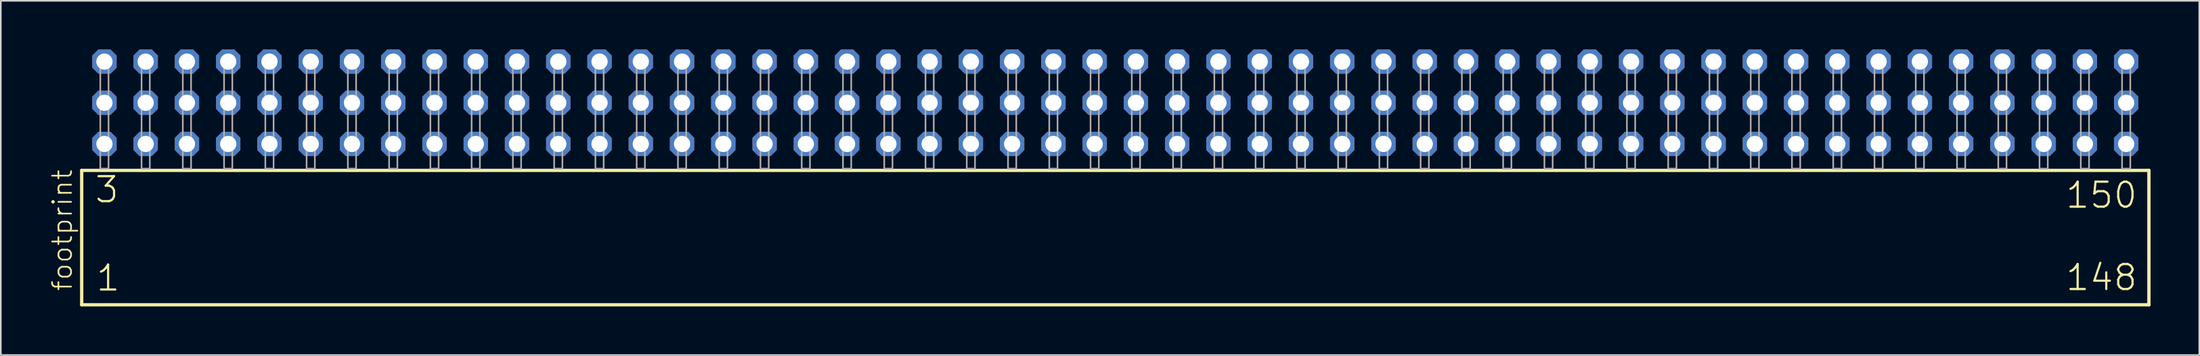
<source format=kicad_pcb>
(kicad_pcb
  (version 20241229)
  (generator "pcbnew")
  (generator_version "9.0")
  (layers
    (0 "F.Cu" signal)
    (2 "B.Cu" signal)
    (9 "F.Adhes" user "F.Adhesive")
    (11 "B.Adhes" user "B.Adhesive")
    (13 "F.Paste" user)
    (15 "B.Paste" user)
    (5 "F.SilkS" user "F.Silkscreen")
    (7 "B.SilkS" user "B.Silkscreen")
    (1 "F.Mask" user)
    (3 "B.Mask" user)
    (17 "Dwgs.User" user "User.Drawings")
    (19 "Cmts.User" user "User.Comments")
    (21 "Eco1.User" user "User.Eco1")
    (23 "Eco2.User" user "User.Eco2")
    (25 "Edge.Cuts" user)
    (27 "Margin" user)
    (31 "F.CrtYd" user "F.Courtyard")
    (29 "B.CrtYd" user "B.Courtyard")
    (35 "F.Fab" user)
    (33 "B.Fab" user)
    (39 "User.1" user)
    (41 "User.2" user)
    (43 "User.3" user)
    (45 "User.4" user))
  (footprint "footprint"
    (layer "F.Cu")
    (at 65.608 7.354)
    (property "Reference" "footprint" (at -64.135 7.62 90) (layer "F.SilkS") (effects (font (size 1.168 1.168) (thickness 0.102)) (justify left bottom)))
    (fp_line (start -63.629 0.106) (end -63.629 8.396) (stroke (width 0.203) (type solid)) (layer "F.SilkS"))
    (fp_line (start -63.629 8.396) (end 63.629 8.396) (stroke (width 0.203) (type solid)) (layer "F.SilkS"))
    (fp_line (start 63.629 0.106) (end -63.629 0.106) (stroke (width 0.203) (type solid)) (layer "F.SilkS"))
    (fp_line (start 63.629 8.396) (end 63.629 0.106) (stroke (width 0.203) (type solid)) (layer "F.SilkS"))
    (fp_poly (pts (xy -62.484 0) (xy -61.976 0) (xy -61.976 -6.858) (xy -62.484 -6.858)) (stroke (width 0.1) (type solid)) (fill no) (layer "F.Fab"))
    (fp_poly (pts (xy -59.944 0) (xy -59.436 0) (xy -59.436 -6.858) (xy -59.944 -6.858)) (stroke (width 0.1) (type solid)) (fill no) (layer "F.Fab"))
    (fp_poly (pts (xy -57.404 0) (xy -56.896 0) (xy -56.896 -6.858) (xy -57.404 -6.858)) (stroke (width 0.1) (type solid)) (fill no) (layer "F.Fab"))
    (fp_poly (pts (xy -54.864 0) (xy -54.356 0) (xy -54.356 -6.858) (xy -54.864 -6.858)) (stroke (width 0.1) (type solid)) (fill no) (layer "F.Fab"))
    (fp_poly (pts (xy -52.324 0) (xy -51.816 0) (xy -51.816 -6.858) (xy -52.324 -6.858)) (stroke (width 0.1) (type solid)) (fill no) (layer "F.Fab"))
    (fp_poly (pts (xy -49.784 0) (xy -49.276 0) (xy -49.276 -6.858) (xy -49.784 -6.858)) (stroke (width 0.1) (type solid)) (fill no) (layer "F.Fab"))
    (fp_poly (pts (xy -47.244 0) (xy -46.736 0) (xy -46.736 -6.858) (xy -47.244 -6.858)) (stroke (width 0.1) (type solid)) (fill no) (layer "F.Fab"))
    (fp_poly (pts (xy -44.704 0) (xy -44.196 0) (xy -44.196 -6.858) (xy -44.704 -6.858)) (stroke (width 0.1) (type solid)) (fill no) (layer "F.Fab"))
    (fp_poly (pts (xy -42.164 0) (xy -41.656 0) (xy -41.656 -6.858) (xy -42.164 -6.858)) (stroke (width 0.1) (type solid)) (fill no) (layer "F.Fab"))
    (fp_poly (pts (xy -39.624 0) (xy -39.116 0) (xy -39.116 -6.858) (xy -39.624 -6.858)) (stroke (width 0.1) (type solid)) (fill no) (layer "F.Fab"))
    (fp_poly (pts (xy -37.084 0) (xy -36.576 0) (xy -36.576 -6.858) (xy -37.084 -6.858)) (stroke (width 0.1) (type solid)) (fill no) (layer "F.Fab"))
    (fp_poly (pts (xy -34.544 0) (xy -34.036 0) (xy -34.036 -6.858) (xy -34.544 -6.858)) (stroke (width 0.1) (type solid)) (fill no) (layer "F.Fab"))
    (fp_poly (pts (xy -32.004 0) (xy -31.496 0) (xy -31.496 -6.858) (xy -32.004 -6.858)) (stroke (width 0.1) (type solid)) (fill no) (layer "F.Fab"))
    (fp_poly (pts (xy -29.464 0) (xy -28.956 0) (xy -28.956 -6.858) (xy -29.464 -6.858)) (stroke (width 0.1) (type solid)) (fill no) (layer "F.Fab"))
    (fp_poly (pts (xy -26.924 0) (xy -26.416 0) (xy -26.416 -6.858) (xy -26.924 -6.858)) (stroke (width 0.1) (type solid)) (fill no) (layer "F.Fab"))
    (fp_poly (pts (xy -24.384 0) (xy -23.876 0) (xy -23.876 -6.858) (xy -24.384 -6.858)) (stroke (width 0.1) (type solid)) (fill no) (layer "F.Fab"))
    (fp_poly (pts (xy -21.844 0) (xy -21.336 0) (xy -21.336 -6.858) (xy -21.844 -6.858)) (stroke (width 0.1) (type solid)) (fill no) (layer "F.Fab"))
    (fp_poly (pts (xy -19.304 0) (xy -18.796 0) (xy -18.796 -6.858) (xy -19.304 -6.858)) (stroke (width 0.1) (type solid)) (fill no) (layer "F.Fab"))
    (fp_poly (pts (xy -16.764 0) (xy -16.256 0) (xy -16.256 -6.858) (xy -16.764 -6.858)) (stroke (width 0.1) (type solid)) (fill no) (layer "F.Fab"))
    (fp_poly (pts (xy -14.224 0) (xy -13.716 0) (xy -13.716 -6.858) (xy -14.224 -6.858)) (stroke (width 0.1) (type solid)) (fill no) (layer "F.Fab"))
    (fp_poly (pts (xy -11.684 0) (xy -11.176 0) (xy -11.176 -6.858) (xy -11.684 -6.858)) (stroke (width 0.1) (type solid)) (fill no) (layer "F.Fab"))
    (fp_poly (pts (xy -9.144 0) (xy -8.636 0) (xy -8.636 -6.858) (xy -9.144 -6.858)) (stroke (width 0.1) (type solid)) (fill no) (layer "F.Fab"))
    (fp_poly (pts (xy -6.604 0) (xy -6.096 0) (xy -6.096 -6.858) (xy -6.604 -6.858)) (stroke (width 0.1) (type solid)) (fill no) (layer "F.Fab"))
    (fp_poly (pts (xy -4.064 0) (xy -3.556 0) (xy -3.556 -6.858) (xy -4.064 -6.858)) (stroke (width 0.1) (type solid)) (fill no) (layer "F.Fab"))
    (fp_poly (pts (xy -1.524 0) (xy -1.016 0) (xy -1.016 -6.858) (xy -1.524 -6.858)) (stroke (width 0.1) (type solid)) (fill no) (layer "F.Fab"))
    (fp_poly (pts (xy 1.016 0) (xy 1.524 0) (xy 1.524 -6.858) (xy 1.016 -6.858)) (stroke (width 0.1) (type solid)) (fill no) (layer "F.Fab"))
    (fp_poly (pts (xy 3.556 0) (xy 4.064 0) (xy 4.064 -6.858) (xy 3.556 -6.858)) (stroke (width 0.1) (type solid)) (fill no) (layer "F.Fab"))
    (fp_poly (pts (xy 6.096 0) (xy 6.604 0) (xy 6.604 -6.858) (xy 6.096 -6.858)) (stroke (width 0.1) (type solid)) (fill no) (layer "F.Fab"))
    (fp_poly (pts (xy 8.636 0) (xy 9.144 0) (xy 9.144 -6.858) (xy 8.636 -6.858)) (stroke (width 0.1) (type solid)) (fill no) (layer "F.Fab"))
    (fp_poly (pts (xy 11.176 0) (xy 11.684 0) (xy 11.684 -6.858) (xy 11.176 -6.858)) (stroke (width 0.1) (type solid)) (fill no) (layer "F.Fab"))
    (fp_poly (pts (xy 13.716 0) (xy 14.224 0) (xy 14.224 -6.858) (xy 13.716 -6.858)) (stroke (width 0.1) (type solid)) (fill no) (layer "F.Fab"))
    (fp_poly (pts (xy 16.256 0) (xy 16.764 0) (xy 16.764 -6.858) (xy 16.256 -6.858)) (stroke (width 0.1) (type solid)) (fill no) (layer "F.Fab"))
    (fp_poly (pts (xy 18.796 0) (xy 19.304 0) (xy 19.304 -6.858) (xy 18.796 -6.858)) (stroke (width 0.1) (type solid)) (fill no) (layer "F.Fab"))
    (fp_poly (pts (xy 21.336 0) (xy 21.844 0) (xy 21.844 -6.858) (xy 21.336 -6.858)) (stroke (width 0.1) (type solid)) (fill no) (layer "F.Fab"))
    (fp_poly (pts (xy 23.876 0) (xy 24.384 0) (xy 24.384 -6.858) (xy 23.876 -6.858)) (stroke (width 0.1) (type solid)) (fill no) (layer "F.Fab"))
    (fp_poly (pts (xy 26.416 0) (xy 26.924 0) (xy 26.924 -6.858) (xy 26.416 -6.858)) (stroke (width 0.1) (type solid)) (fill no) (layer "F.Fab"))
    (fp_poly (pts (xy 28.956 0) (xy 29.464 0) (xy 29.464 -6.858) (xy 28.956 -6.858)) (stroke (width 0.1) (type solid)) (fill no) (layer "F.Fab"))
    (fp_poly (pts (xy 31.496 0) (xy 32.004 0) (xy 32.004 -6.858) (xy 31.496 -6.858)) (stroke (width 0.1) (type solid)) (fill no) (layer "F.Fab"))
    (fp_poly (pts (xy 34.036 0) (xy 34.544 0) (xy 34.544 -6.858) (xy 34.036 -6.858)) (stroke (width 0.1) (type solid)) (fill no) (layer "F.Fab"))
    (fp_poly (pts (xy 36.576 0) (xy 37.084 0) (xy 37.084 -6.858) (xy 36.576 -6.858)) (stroke (width 0.1) (type solid)) (fill no) (layer "F.Fab"))
    (fp_poly (pts (xy 39.116 0) (xy 39.624 0) (xy 39.624 -6.858) (xy 39.116 -6.858)) (stroke (width 0.1) (type solid)) (fill no) (layer "F.Fab"))
    (fp_poly (pts (xy 41.656 0) (xy 42.164 0) (xy 42.164 -6.858) (xy 41.656 -6.858)) (stroke (width 0.1) (type solid)) (fill no) (layer "F.Fab"))
    (fp_poly (pts (xy 44.196 0) (xy 44.704 0) (xy 44.704 -6.858) (xy 44.196 -6.858)) (stroke (width 0.1) (type solid)) (fill no) (layer "F.Fab"))
    (fp_poly (pts (xy 46.736 0) (xy 47.244 0) (xy 47.244 -6.858) (xy 46.736 -6.858)) (stroke (width 0.1) (type solid)) (fill no) (layer "F.Fab"))
    (fp_poly (pts (xy 49.276 0) (xy 49.784 0) (xy 49.784 -6.858) (xy 49.276 -6.858)) (stroke (width 0.1) (type solid)) (fill no) (layer "F.Fab"))
    (fp_poly (pts (xy 51.816 0) (xy 52.324 0) (xy 52.324 -6.858) (xy 51.816 -6.858)) (stroke (width 0.1) (type solid)) (fill no) (layer "F.Fab"))
    (fp_poly (pts (xy 54.356 0) (xy 54.864 0) (xy 54.864 -6.858) (xy 54.356 -6.858)) (stroke (width 0.1) (type solid)) (fill no) (layer "F.Fab"))
    (fp_poly (pts (xy 56.896 0) (xy 57.404 0) (xy 57.404 -6.858) (xy 56.896 -6.858)) (stroke (width 0.1) (type solid)) (fill no) (layer "F.Fab"))
    (fp_poly (pts (xy 59.436 0) (xy 59.944 0) (xy 59.944 -6.858) (xy 59.436 -6.858)) (stroke (width 0.1) (type solid)) (fill no) (layer "F.Fab"))
    (fp_poly (pts (xy 61.976 0) (xy 62.484 0) (xy 62.484 -6.858) (xy 61.976 -6.858)) (stroke (width 0.1) (type solid)) (fill no) (layer "F.Fab"))
    (fp_text user "150" (at 58.42 2.54 0) (layer "F.SilkS") (effects (font (size 1.542 1.542) (thickness 0.134)) (justify left bottom)))
    (fp_text user "148" (at 58.42 7.62 0) (layer "F.SilkS") (effects (font (size 1.542 1.542) (thickness 0.134)) (justify left bottom)))
    (fp_text user "1" (at -62.825 7.65 0) (layer "F.SilkS") (effects (font (size 1.542 1.542) (thickness 0.134)) (justify left bottom)))
    (fp_text user "3" (at -62.9 2.2 0) (layer "F.SilkS") (effects (font (size 1.542 1.542) (thickness 0.134)) (justify left bottom)))
    (pad "1" thru_hole roundrect (at -62.23 -1.524) (size 1.5 1.5) (drill 1) (layers "*.Cu" "*.Mask") (roundrect_rratio 0.25) (chamfer_ratio 0.25) (chamfer top_left top_right bottom_left bottom_right))
    (pad "2" thru_hole roundrect (at -62.23 -4.064) (size 1.5 1.5) (drill 1) (layers "*.Cu" "*.Mask") (roundrect_rratio 0.25) (chamfer_ratio 0.25) (chamfer top_left top_right bottom_left bottom_right))
    (pad "3" thru_hole roundrect (at -62.23 -6.604) (size 1.5 1.5) (drill 1) (layers "*.Cu" "*.Mask") (roundrect_rratio 0.25) (chamfer_ratio 0.25) (chamfer top_left top_right bottom_left bottom_right))
    (pad "4" thru_hole roundrect (at -59.69 -1.524) (size 1.5 1.5) (drill 1) (layers "*.Cu" "*.Mask") (roundrect_rratio 0.25) (chamfer_ratio 0.25) (chamfer top_left top_right bottom_left bottom_right))
    (pad "5" thru_hole roundrect (at -59.69 -4.064) (size 1.5 1.5) (drill 1) (layers "*.Cu" "*.Mask") (roundrect_rratio 0.25) (chamfer_ratio 0.25) (chamfer top_left top_right bottom_left bottom_right))
    (pad "6" thru_hole roundrect (at -59.69 -6.604) (size 1.5 1.5) (drill 1) (layers "*.Cu" "*.Mask") (roundrect_rratio 0.25) (chamfer_ratio 0.25) (chamfer top_left top_right bottom_left bottom_right))
    (pad "7" thru_hole roundrect (at -57.15 -1.524) (size 1.5 1.5) (drill 1) (layers "*.Cu" "*.Mask") (roundrect_rratio 0.25) (chamfer_ratio 0.25) (chamfer top_left top_right bottom_left bottom_right))
    (pad "8" thru_hole roundrect (at -57.15 -4.064) (size 1.5 1.5) (drill 1) (layers "*.Cu" "*.Mask") (roundrect_rratio 0.25) (chamfer_ratio 0.25) (chamfer top_left top_right bottom_left bottom_right))
    (pad "9" thru_hole roundrect (at -57.15 -6.604) (size 1.5 1.5) (drill 1) (layers "*.Cu" "*.Mask") (roundrect_rratio 0.25) (chamfer_ratio 0.25) (chamfer top_left top_right bottom_left bottom_right))
    (pad "10" thru_hole roundrect (at -54.61 -1.524) (size 1.5 1.5) (drill 1) (layers "*.Cu" "*.Mask") (roundrect_rratio 0.25) (chamfer_ratio 0.25) (chamfer top_left top_right bottom_left bottom_right))
    (pad "11" thru_hole roundrect (at -54.61 -4.064) (size 1.5 1.5) (drill 1) (layers "*.Cu" "*.Mask") (roundrect_rratio 0.25) (chamfer_ratio 0.25) (chamfer top_left top_right bottom_left bottom_right))
    (pad "12" thru_hole roundrect (at -54.61 -6.604) (size 1.5 1.5) (drill 1) (layers "*.Cu" "*.Mask") (roundrect_rratio 0.25) (chamfer_ratio 0.25) (chamfer top_left top_right bottom_left bottom_right))
    (pad "13" thru_hole roundrect (at -52.07 -1.524) (size 1.5 1.5) (drill 1) (layers "*.Cu" "*.Mask") (roundrect_rratio 0.25) (chamfer_ratio 0.25) (chamfer top_left top_right bottom_left bottom_right))
    (pad "14" thru_hole roundrect (at -52.07 -4.064) (size 1.5 1.5) (drill 1) (layers "*.Cu" "*.Mask") (roundrect_rratio 0.25) (chamfer_ratio 0.25) (chamfer top_left top_right bottom_left bottom_right))
    (pad "15" thru_hole roundrect (at -52.07 -6.604) (size 1.5 1.5) (drill 1) (layers "*.Cu" "*.Mask") (roundrect_rratio 0.25) (chamfer_ratio 0.25) (chamfer top_left top_right bottom_left bottom_right))
    (pad "16" thru_hole roundrect (at -49.53 -1.524) (size 1.5 1.5) (drill 1) (layers "*.Cu" "*.Mask") (roundrect_rratio 0.25) (chamfer_ratio 0.25) (chamfer top_left top_right bottom_left bottom_right))
    (pad "17" thru_hole roundrect (at -49.53 -4.064) (size 1.5 1.5) (drill 1) (layers "*.Cu" "*.Mask") (roundrect_rratio 0.25) (chamfer_ratio 0.25) (chamfer top_left top_right bottom_left bottom_right))
    (pad "18" thru_hole roundrect (at -49.53 -6.604) (size 1.5 1.5) (drill 1) (layers "*.Cu" "*.Mask") (roundrect_rratio 0.25) (chamfer_ratio 0.25) (chamfer top_left top_right bottom_left bottom_right))
    (pad "19" thru_hole roundrect (at -46.99 -1.524) (size 1.5 1.5) (drill 1) (layers "*.Cu" "*.Mask") (roundrect_rratio 0.25) (chamfer_ratio 0.25) (chamfer top_left top_right bottom_left bottom_right))
    (pad "20" thru_hole roundrect (at -46.99 -4.064) (size 1.5 1.5) (drill 1) (layers "*.Cu" "*.Mask") (roundrect_rratio 0.25) (chamfer_ratio 0.25) (chamfer top_left top_right bottom_left bottom_right))
    (pad "21" thru_hole roundrect (at -46.99 -6.604) (size 1.5 1.5) (drill 1) (layers "*.Cu" "*.Mask") (roundrect_rratio 0.25) (chamfer_ratio 0.25) (chamfer top_left top_right bottom_left bottom_right))
    (pad "22" thru_hole roundrect (at -44.45 -1.524) (size 1.5 1.5) (drill 1) (layers "*.Cu" "*.Mask") (roundrect_rratio 0.25) (chamfer_ratio 0.25) (chamfer top_left top_right bottom_left bottom_right))
    (pad "23" thru_hole roundrect (at -44.45 -4.064) (size 1.5 1.5) (drill 1) (layers "*.Cu" "*.Mask") (roundrect_rratio 0.25) (chamfer_ratio 0.25) (chamfer top_left top_right bottom_left bottom_right))
    (pad "24" thru_hole roundrect (at -44.45 -6.604) (size 1.5 1.5) (drill 1) (layers "*.Cu" "*.Mask") (roundrect_rratio 0.25) (chamfer_ratio 0.25) (chamfer top_left top_right bottom_left bottom_right))
    (pad "25" thru_hole roundrect (at -41.91 -1.524) (size 1.5 1.5) (drill 1) (layers "*.Cu" "*.Mask") (roundrect_rratio 0.25) (chamfer_ratio 0.25) (chamfer top_left top_right bottom_left bottom_right))
    (pad "26" thru_hole roundrect (at -41.91 -4.064) (size 1.5 1.5) (drill 1) (layers "*.Cu" "*.Mask") (roundrect_rratio 0.25) (chamfer_ratio 0.25) (chamfer top_left top_right bottom_left bottom_right))
    (pad "27" thru_hole roundrect (at -41.91 -6.604) (size 1.5 1.5) (drill 1) (layers "*.Cu" "*.Mask") (roundrect_rratio 0.25) (chamfer_ratio 0.25) (chamfer top_left top_right bottom_left bottom_right))
    (pad "28" thru_hole roundrect (at -39.37 -1.524) (size 1.5 1.5) (drill 1) (layers "*.Cu" "*.Mask") (roundrect_rratio 0.25) (chamfer_ratio 0.25) (chamfer top_left top_right bottom_left bottom_right))
    (pad "29" thru_hole roundrect (at -39.37 -4.064) (size 1.5 1.5) (drill 1) (layers "*.Cu" "*.Mask") (roundrect_rratio 0.25) (chamfer_ratio 0.25) (chamfer top_left top_right bottom_left bottom_right))
    (pad "30" thru_hole roundrect (at -39.37 -6.604) (size 1.5 1.5) (drill 1) (layers "*.Cu" "*.Mask") (roundrect_rratio 0.25) (chamfer_ratio 0.25) (chamfer top_left top_right bottom_left bottom_right))
    (pad "31" thru_hole roundrect (at -36.83 -1.524) (size 1.5 1.5) (drill 1) (layers "*.Cu" "*.Mask") (roundrect_rratio 0.25) (chamfer_ratio 0.25) (chamfer top_left top_right bottom_left bottom_right))
    (pad "32" thru_hole roundrect (at -36.83 -4.064) (size 1.5 1.5) (drill 1) (layers "*.Cu" "*.Mask") (roundrect_rratio 0.25) (chamfer_ratio 0.25) (chamfer top_left top_right bottom_left bottom_right))
    (pad "33" thru_hole roundrect (at -36.83 -6.604) (size 1.5 1.5) (drill 1) (layers "*.Cu" "*.Mask") (roundrect_rratio 0.25) (chamfer_ratio 0.25) (chamfer top_left top_right bottom_left bottom_right))
    (pad "34" thru_hole roundrect (at -34.29 -1.524) (size 1.5 1.5) (drill 1) (layers "*.Cu" "*.Mask") (roundrect_rratio 0.25) (chamfer_ratio 0.25) (chamfer top_left top_right bottom_left bottom_right))
    (pad "35" thru_hole roundrect (at -34.29 -4.064) (size 1.5 1.5) (drill 1) (layers "*.Cu" "*.Mask") (roundrect_rratio 0.25) (chamfer_ratio 0.25) (chamfer top_left top_right bottom_left bottom_right))
    (pad "36" thru_hole roundrect (at -34.29 -6.604) (size 1.5 1.5) (drill 1) (layers "*.Cu" "*.Mask") (roundrect_rratio 0.25) (chamfer_ratio 0.25) (chamfer top_left top_right bottom_left bottom_right))
    (pad "37" thru_hole roundrect (at -31.75 -1.524) (size 1.5 1.5) (drill 1) (layers "*.Cu" "*.Mask") (roundrect_rratio 0.25) (chamfer_ratio 0.25) (chamfer top_left top_right bottom_left bottom_right))
    (pad "38" thru_hole roundrect (at -31.75 -4.064) (size 1.5 1.5) (drill 1) (layers "*.Cu" "*.Mask") (roundrect_rratio 0.25) (chamfer_ratio 0.25) (chamfer top_left top_right bottom_left bottom_right))
    (pad "39" thru_hole roundrect (at -31.75 -6.604) (size 1.5 1.5) (drill 1) (layers "*.Cu" "*.Mask") (roundrect_rratio 0.25) (chamfer_ratio 0.25) (chamfer top_left top_right bottom_left bottom_right))
    (pad "40" thru_hole roundrect (at -29.21 -1.524) (size 1.5 1.5) (drill 1) (layers "*.Cu" "*.Mask") (roundrect_rratio 0.25) (chamfer_ratio 0.25) (chamfer top_left top_right bottom_left bottom_right))
    (pad "41" thru_hole roundrect (at -29.21 -4.064) (size 1.5 1.5) (drill 1) (layers "*.Cu" "*.Mask") (roundrect_rratio 0.25) (chamfer_ratio 0.25) (chamfer top_left top_right bottom_left bottom_right))
    (pad "42" thru_hole roundrect (at -29.21 -6.604) (size 1.5 1.5) (drill 1) (layers "*.Cu" "*.Mask") (roundrect_rratio 0.25) (chamfer_ratio 0.25) (chamfer top_left top_right bottom_left bottom_right))
    (pad "43" thru_hole roundrect (at -26.67 -1.524) (size 1.5 1.5) (drill 1) (layers "*.Cu" "*.Mask") (roundrect_rratio 0.25) (chamfer_ratio 0.25) (chamfer top_left top_right bottom_left bottom_right))
    (pad "44" thru_hole roundrect (at -26.67 -4.064) (size 1.5 1.5) (drill 1) (layers "*.Cu" "*.Mask") (roundrect_rratio 0.25) (chamfer_ratio 0.25) (chamfer top_left top_right bottom_left bottom_right))
    (pad "45" thru_hole roundrect (at -26.67 -6.604) (size 1.5 1.5) (drill 1) (layers "*.Cu" "*.Mask") (roundrect_rratio 0.25) (chamfer_ratio 0.25) (chamfer top_left top_right bottom_left bottom_right))
    (pad "46" thru_hole roundrect (at -24.13 -1.524) (size 1.5 1.5) (drill 1) (layers "*.Cu" "*.Mask") (roundrect_rratio 0.25) (chamfer_ratio 0.25) (chamfer top_left top_right bottom_left bottom_right))
    (pad "47" thru_hole roundrect (at -24.13 -4.064) (size 1.5 1.5) (drill 1) (layers "*.Cu" "*.Mask") (roundrect_rratio 0.25) (chamfer_ratio 0.25) (chamfer top_left top_right bottom_left bottom_right))
    (pad "48" thru_hole roundrect (at -24.13 -6.604) (size 1.5 1.5) (drill 1) (layers "*.Cu" "*.Mask") (roundrect_rratio 0.25) (chamfer_ratio 0.25) (chamfer top_left top_right bottom_left bottom_right))
    (pad "49" thru_hole roundrect (at -21.59 -1.524) (size 1.5 1.5) (drill 1) (layers "*.Cu" "*.Mask") (roundrect_rratio 0.25) (chamfer_ratio 0.25) (chamfer top_left top_right bottom_left bottom_right))
    (pad "50" thru_hole roundrect (at -21.59 -4.064) (size 1.5 1.5) (drill 1) (layers "*.Cu" "*.Mask") (roundrect_rratio 0.25) (chamfer_ratio 0.25) (chamfer top_left top_right bottom_left bottom_right))
    (pad "51" thru_hole roundrect (at -21.59 -6.604) (size 1.5 1.5) (drill 1) (layers "*.Cu" "*.Mask") (roundrect_rratio 0.25) (chamfer_ratio 0.25) (chamfer top_left top_right bottom_left bottom_right))
    (pad "52" thru_hole roundrect (at -19.05 -1.524) (size 1.5 1.5) (drill 1) (layers "*.Cu" "*.Mask") (roundrect_rratio 0.25) (chamfer_ratio 0.25) (chamfer top_left top_right bottom_left bottom_right))
    (pad "53" thru_hole roundrect (at -19.05 -4.064) (size 1.5 1.5) (drill 1) (layers "*.Cu" "*.Mask") (roundrect_rratio 0.25) (chamfer_ratio 0.25) (chamfer top_left top_right bottom_left bottom_right))
    (pad "54" thru_hole roundrect (at -19.05 -6.604) (size 1.5 1.5) (drill 1) (layers "*.Cu" "*.Mask") (roundrect_rratio 0.25) (chamfer_ratio 0.25) (chamfer top_left top_right bottom_left bottom_right))
    (pad "55" thru_hole roundrect (at -16.51 -1.524) (size 1.5 1.5) (drill 1) (layers "*.Cu" "*.Mask") (roundrect_rratio 0.25) (chamfer_ratio 0.25) (chamfer top_left top_right bottom_left bottom_right))
    (pad "56" thru_hole roundrect (at -16.51 -4.064) (size 1.5 1.5) (drill 1) (layers "*.Cu" "*.Mask") (roundrect_rratio 0.25) (chamfer_ratio 0.25) (chamfer top_left top_right bottom_left bottom_right))
    (pad "57" thru_hole roundrect (at -16.51 -6.604) (size 1.5 1.5) (drill 1) (layers "*.Cu" "*.Mask") (roundrect_rratio 0.25) (chamfer_ratio 0.25) (chamfer top_left top_right bottom_left bottom_right))
    (pad "58" thru_hole roundrect (at -13.97 -1.524) (size 1.5 1.5) (drill 1) (layers "*.Cu" "*.Mask") (roundrect_rratio 0.25) (chamfer_ratio 0.25) (chamfer top_left top_right bottom_left bottom_right))
    (pad "59" thru_hole roundrect (at -13.97 -4.064) (size 1.5 1.5) (drill 1) (layers "*.Cu" "*.Mask") (roundrect_rratio 0.25) (chamfer_ratio 0.25) (chamfer top_left top_right bottom_left bottom_right))
    (pad "60" thru_hole roundrect (at -13.97 -6.604) (size 1.5 1.5) (drill 1) (layers "*.Cu" "*.Mask") (roundrect_rratio 0.25) (chamfer_ratio 0.25) (chamfer top_left top_right bottom_left bottom_right))
    (pad "61" thru_hole roundrect (at -11.43 -1.524) (size 1.5 1.5) (drill 1) (layers "*.Cu" "*.Mask") (roundrect_rratio 0.25) (chamfer_ratio 0.25) (chamfer top_left top_right bottom_left bottom_right))
    (pad "62" thru_hole roundrect (at -11.43 -4.064) (size 1.5 1.5) (drill 1) (layers "*.Cu" "*.Mask") (roundrect_rratio 0.25) (chamfer_ratio 0.25) (chamfer top_left top_right bottom_left bottom_right))
    (pad "63" thru_hole roundrect (at -11.43 -6.604) (size 1.5 1.5) (drill 1) (layers "*.Cu" "*.Mask") (roundrect_rratio 0.25) (chamfer_ratio 0.25) (chamfer top_left top_right bottom_left bottom_right))
    (pad "64" thru_hole roundrect (at -8.89 -1.524) (size 1.5 1.5) (drill 1) (layers "*.Cu" "*.Mask") (roundrect_rratio 0.25) (chamfer_ratio 0.25) (chamfer top_left top_right bottom_left bottom_right))
    (pad "65" thru_hole roundrect (at -8.89 -4.064) (size 1.5 1.5) (drill 1) (layers "*.Cu" "*.Mask") (roundrect_rratio 0.25) (chamfer_ratio 0.25) (chamfer top_left top_right bottom_left bottom_right))
    (pad "66" thru_hole roundrect (at -8.89 -6.604) (size 1.5 1.5) (drill 1) (layers "*.Cu" "*.Mask") (roundrect_rratio 0.25) (chamfer_ratio 0.25) (chamfer top_left top_right bottom_left bottom_right))
    (pad "67" thru_hole roundrect (at -6.35 -1.524) (size 1.5 1.5) (drill 1) (layers "*.Cu" "*.Mask") (roundrect_rratio 0.25) (chamfer_ratio 0.25) (chamfer top_left top_right bottom_left bottom_right))
    (pad "68" thru_hole roundrect (at -6.35 -4.064) (size 1.5 1.5) (drill 1) (layers "*.Cu" "*.Mask") (roundrect_rratio 0.25) (chamfer_ratio 0.25) (chamfer top_left top_right bottom_left bottom_right))
    (pad "69" thru_hole roundrect (at -6.35 -6.604) (size 1.5 1.5) (drill 1) (layers "*.Cu" "*.Mask") (roundrect_rratio 0.25) (chamfer_ratio 0.25) (chamfer top_left top_right bottom_left bottom_right))
    (pad "70" thru_hole roundrect (at -3.81 -1.524) (size 1.5 1.5) (drill 1) (layers "*.Cu" "*.Mask") (roundrect_rratio 0.25) (chamfer_ratio 0.25) (chamfer top_left top_right bottom_left bottom_right))
    (pad "71" thru_hole roundrect (at -3.81 -4.064) (size 1.5 1.5) (drill 1) (layers "*.Cu" "*.Mask") (roundrect_rratio 0.25) (chamfer_ratio 0.25) (chamfer top_left top_right bottom_left bottom_right))
    (pad "72" thru_hole roundrect (at -3.81 -6.604) (size 1.5 1.5) (drill 1) (layers "*.Cu" "*.Mask") (roundrect_rratio 0.25) (chamfer_ratio 0.25) (chamfer top_left top_right bottom_left bottom_right))
    (pad "73" thru_hole roundrect (at -1.27 -1.524) (size 1.5 1.5) (drill 1) (layers "*.Cu" "*.Mask") (roundrect_rratio 0.25) (chamfer_ratio 0.25) (chamfer top_left top_right bottom_left bottom_right))
    (pad "74" thru_hole roundrect (at -1.27 -4.064) (size 1.5 1.5) (drill 1) (layers "*.Cu" "*.Mask") (roundrect_rratio 0.25) (chamfer_ratio 0.25) (chamfer top_left top_right bottom_left bottom_right))
    (pad "75" thru_hole roundrect (at -1.27 -6.604) (size 1.5 1.5) (drill 1) (layers "*.Cu" "*.Mask") (roundrect_rratio 0.25) (chamfer_ratio 0.25) (chamfer top_left top_right bottom_left bottom_right))
    (pad "76" thru_hole roundrect (at 1.27 -1.524) (size 1.5 1.5) (drill 1) (layers "*.Cu" "*.Mask") (roundrect_rratio 0.25) (chamfer_ratio 0.25) (chamfer top_left top_right bottom_left bottom_right))
    (pad "77" thru_hole roundrect (at 1.27 -4.064) (size 1.5 1.5) (drill 1) (layers "*.Cu" "*.Mask") (roundrect_rratio 0.25) (chamfer_ratio 0.25) (chamfer top_left top_right bottom_left bottom_right))
    (pad "78" thru_hole roundrect (at 1.27 -6.604) (size 1.5 1.5) (drill 1) (layers "*.Cu" "*.Mask") (roundrect_rratio 0.25) (chamfer_ratio 0.25) (chamfer top_left top_right bottom_left bottom_right))
    (pad "79" thru_hole roundrect (at 3.81 -1.524) (size 1.5 1.5) (drill 1) (layers "*.Cu" "*.Mask") (roundrect_rratio 0.25) (chamfer_ratio 0.25) (chamfer top_left top_right bottom_left bottom_right))
    (pad "80" thru_hole roundrect (at 3.81 -4.064) (size 1.5 1.5) (drill 1) (layers "*.Cu" "*.Mask") (roundrect_rratio 0.25) (chamfer_ratio 0.25) (chamfer top_left top_right bottom_left bottom_right))
    (pad "81" thru_hole roundrect (at 3.81 -6.604) (size 1.5 1.5) (drill 1) (layers "*.Cu" "*.Mask") (roundrect_rratio 0.25) (chamfer_ratio 0.25) (chamfer top_left top_right bottom_left bottom_right))
    (pad "82" thru_hole roundrect (at 6.35 -1.524) (size 1.5 1.5) (drill 1) (layers "*.Cu" "*.Mask") (roundrect_rratio 0.25) (chamfer_ratio 0.25) (chamfer top_left top_right bottom_left bottom_right))
    (pad "83" thru_hole roundrect (at 6.35 -4.064) (size 1.5 1.5) (drill 1) (layers "*.Cu" "*.Mask") (roundrect_rratio 0.25) (chamfer_ratio 0.25) (chamfer top_left top_right bottom_left bottom_right))
    (pad "84" thru_hole roundrect (at 6.35 -6.604) (size 1.5 1.5) (drill 1) (layers "*.Cu" "*.Mask") (roundrect_rratio 0.25) (chamfer_ratio 0.25) (chamfer top_left top_right bottom_left bottom_right))
    (pad "85" thru_hole roundrect (at 8.89 -1.524) (size 1.5 1.5) (drill 1) (layers "*.Cu" "*.Mask") (roundrect_rratio 0.25) (chamfer_ratio 0.25) (chamfer top_left top_right bottom_left bottom_right))
    (pad "86" thru_hole roundrect (at 8.89 -4.064) (size 1.5 1.5) (drill 1) (layers "*.Cu" "*.Mask") (roundrect_rratio 0.25) (chamfer_ratio 0.25) (chamfer top_left top_right bottom_left bottom_right))
    (pad "87" thru_hole roundrect (at 8.89 -6.604) (size 1.5 1.5) (drill 1) (layers "*.Cu" "*.Mask") (roundrect_rratio 0.25) (chamfer_ratio 0.25) (chamfer top_left top_right bottom_left bottom_right))
    (pad "88" thru_hole roundrect (at 11.43 -1.524) (size 1.5 1.5) (drill 1) (layers "*.Cu" "*.Mask") (roundrect_rratio 0.25) (chamfer_ratio 0.25) (chamfer top_left top_right bottom_left bottom_right))
    (pad "89" thru_hole roundrect (at 11.43 -4.064) (size 1.5 1.5) (drill 1) (layers "*.Cu" "*.Mask") (roundrect_rratio 0.25) (chamfer_ratio 0.25) (chamfer top_left top_right bottom_left bottom_right))
    (pad "90" thru_hole roundrect (at 11.43 -6.604) (size 1.5 1.5) (drill 1) (layers "*.Cu" "*.Mask") (roundrect_rratio 0.25) (chamfer_ratio 0.25) (chamfer top_left top_right bottom_left bottom_right))
    (pad "91" thru_hole roundrect (at 13.97 -1.524) (size 1.5 1.5) (drill 1) (layers "*.Cu" "*.Mask") (roundrect_rratio 0.25) (chamfer_ratio 0.25) (chamfer top_left top_right bottom_left bottom_right))
    (pad "92" thru_hole roundrect (at 13.97 -4.064) (size 1.5 1.5) (drill 1) (layers "*.Cu" "*.Mask") (roundrect_rratio 0.25) (chamfer_ratio 0.25) (chamfer top_left top_right bottom_left bottom_right))
    (pad "93" thru_hole roundrect (at 13.97 -6.604) (size 1.5 1.5) (drill 1) (layers "*.Cu" "*.Mask") (roundrect_rratio 0.25) (chamfer_ratio 0.25) (chamfer top_left top_right bottom_left bottom_right))
    (pad "94" thru_hole roundrect (at 16.51 -1.524) (size 1.5 1.5) (drill 1) (layers "*.Cu" "*.Mask") (roundrect_rratio 0.25) (chamfer_ratio 0.25) (chamfer top_left top_right bottom_left bottom_right))
    (pad "95" thru_hole roundrect (at 16.51 -4.064) (size 1.5 1.5) (drill 1) (layers "*.Cu" "*.Mask") (roundrect_rratio 0.25) (chamfer_ratio 0.25) (chamfer top_left top_right bottom_left bottom_right))
    (pad "96" thru_hole roundrect (at 16.51 -6.604) (size 1.5 1.5) (drill 1) (layers "*.Cu" "*.Mask") (roundrect_rratio 0.25) (chamfer_ratio 0.25) (chamfer top_left top_right bottom_left bottom_right))
    (pad "97" thru_hole roundrect (at 19.05 -1.524) (size 1.5 1.5) (drill 1) (layers "*.Cu" "*.Mask") (roundrect_rratio 0.25) (chamfer_ratio 0.25) (chamfer top_left top_right bottom_left bottom_right))
    (pad "98" thru_hole roundrect (at 19.05 -4.064) (size 1.5 1.5) (drill 1) (layers "*.Cu" "*.Mask") (roundrect_rratio 0.25) (chamfer_ratio 0.25) (chamfer top_left top_right bottom_left bottom_right))
    (pad "99" thru_hole roundrect (at 19.05 -6.604) (size 1.5 1.5) (drill 1) (layers "*.Cu" "*.Mask") (roundrect_rratio 0.25) (chamfer_ratio 0.25) (chamfer top_left top_right bottom_left bottom_right))
    (pad "100" thru_hole roundrect (at 21.59 -1.524) (size 1.5 1.5) (drill 1) (layers "*.Cu" "*.Mask") (roundrect_rratio 0.25) (chamfer_ratio 0.25) (chamfer top_left top_right bottom_left bottom_right))
    (pad "101" thru_hole roundrect (at 21.59 -4.064) (size 1.5 1.5) (drill 1) (layers "*.Cu" "*.Mask") (roundrect_rratio 0.25) (chamfer_ratio 0.25) (chamfer top_left top_right bottom_left bottom_right))
    (pad "102" thru_hole roundrect (at 21.59 -6.604) (size 1.5 1.5) (drill 1) (layers "*.Cu" "*.Mask") (roundrect_rratio 0.25) (chamfer_ratio 0.25) (chamfer top_left top_right bottom_left bottom_right))
    (pad "103" thru_hole roundrect (at 24.13 -1.524) (size 1.5 1.5) (drill 1) (layers "*.Cu" "*.Mask") (roundrect_rratio 0.25) (chamfer_ratio 0.25) (chamfer top_left top_right bottom_left bottom_right))
    (pad "104" thru_hole roundrect (at 24.13 -4.064) (size 1.5 1.5) (drill 1) (layers "*.Cu" "*.Mask") (roundrect_rratio 0.25) (chamfer_ratio 0.25) (chamfer top_left top_right bottom_left bottom_right))
    (pad "105" thru_hole roundrect (at 24.13 -6.604) (size 1.5 1.5) (drill 1) (layers "*.Cu" "*.Mask") (roundrect_rratio 0.25) (chamfer_ratio 0.25) (chamfer top_left top_right bottom_left bottom_right))
    (pad "106" thru_hole roundrect (at 26.67 -1.524) (size 1.5 1.5) (drill 1) (layers "*.Cu" "*.Mask") (roundrect_rratio 0.25) (chamfer_ratio 0.25) (chamfer top_left top_right bottom_left bottom_right))
    (pad "107" thru_hole roundrect (at 26.67 -4.064) (size 1.5 1.5) (drill 1) (layers "*.Cu" "*.Mask") (roundrect_rratio 0.25) (chamfer_ratio 0.25) (chamfer top_left top_right bottom_left bottom_right))
    (pad "108" thru_hole roundrect (at 26.67 -6.604) (size 1.5 1.5) (drill 1) (layers "*.Cu" "*.Mask") (roundrect_rratio 0.25) (chamfer_ratio 0.25) (chamfer top_left top_right bottom_left bottom_right))
    (pad "109" thru_hole roundrect (at 29.21 -1.524) (size 1.5 1.5) (drill 1) (layers "*.Cu" "*.Mask") (roundrect_rratio 0.25) (chamfer_ratio 0.25) (chamfer top_left top_right bottom_left bottom_right))
    (pad "110" thru_hole roundrect (at 29.21 -4.064) (size 1.5 1.5) (drill 1) (layers "*.Cu" "*.Mask") (roundrect_rratio 0.25) (chamfer_ratio 0.25) (chamfer top_left top_right bottom_left bottom_right))
    (pad "111" thru_hole roundrect (at 29.21 -6.604) (size 1.5 1.5) (drill 1) (layers "*.Cu" "*.Mask") (roundrect_rratio 0.25) (chamfer_ratio 0.25) (chamfer top_left top_right bottom_left bottom_right))
    (pad "112" thru_hole roundrect (at 31.75 -1.524) (size 1.5 1.5) (drill 1) (layers "*.Cu" "*.Mask") (roundrect_rratio 0.25) (chamfer_ratio 0.25) (chamfer top_left top_right bottom_left bottom_right))
    (pad "113" thru_hole roundrect (at 31.75 -4.064) (size 1.5 1.5) (drill 1) (layers "*.Cu" "*.Mask") (roundrect_rratio 0.25) (chamfer_ratio 0.25) (chamfer top_left top_right bottom_left bottom_right))
    (pad "114" thru_hole roundrect (at 31.75 -6.604) (size 1.5 1.5) (drill 1) (layers "*.Cu" "*.Mask") (roundrect_rratio 0.25) (chamfer_ratio 0.25) (chamfer top_left top_right bottom_left bottom_right))
    (pad "115" thru_hole roundrect (at 34.29 -1.524) (size 1.5 1.5) (drill 1) (layers "*.Cu" "*.Mask") (roundrect_rratio 0.25) (chamfer_ratio 0.25) (chamfer top_left top_right bottom_left bottom_right))
    (pad "116" thru_hole roundrect (at 34.29 -4.064) (size 1.5 1.5) (drill 1) (layers "*.Cu" "*.Mask") (roundrect_rratio 0.25) (chamfer_ratio 0.25) (chamfer top_left top_right bottom_left bottom_right))
    (pad "117" thru_hole roundrect (at 34.29 -6.604) (size 1.5 1.5) (drill 1) (layers "*.Cu" "*.Mask") (roundrect_rratio 0.25) (chamfer_ratio 0.25) (chamfer top_left top_right bottom_left bottom_right))
    (pad "118" thru_hole roundrect (at 36.83 -1.524) (size 1.5 1.5) (drill 1) (layers "*.Cu" "*.Mask") (roundrect_rratio 0.25) (chamfer_ratio 0.25) (chamfer top_left top_right bottom_left bottom_right))
    (pad "119" thru_hole roundrect (at 36.83 -4.064) (size 1.5 1.5) (drill 1) (layers "*.Cu" "*.Mask") (roundrect_rratio 0.25) (chamfer_ratio 0.25) (chamfer top_left top_right bottom_left bottom_right))
    (pad "120" thru_hole roundrect (at 36.83 -6.604) (size 1.5 1.5) (drill 1) (layers "*.Cu" "*.Mask") (roundrect_rratio 0.25) (chamfer_ratio 0.25) (chamfer top_left top_right bottom_left bottom_right))
    (pad "121" thru_hole roundrect (at 39.37 -1.524) (size 1.5 1.5) (drill 1) (layers "*.Cu" "*.Mask") (roundrect_rratio 0.25) (chamfer_ratio 0.25) (chamfer top_left top_right bottom_left bottom_right))
    (pad "122" thru_hole roundrect (at 39.37 -4.064) (size 1.5 1.5) (drill 1) (layers "*.Cu" "*.Mask") (roundrect_rratio 0.25) (chamfer_ratio 0.25) (chamfer top_left top_right bottom_left bottom_right))
    (pad "123" thru_hole roundrect (at 39.37 -6.604) (size 1.5 1.5) (drill 1) (layers "*.Cu" "*.Mask") (roundrect_rratio 0.25) (chamfer_ratio 0.25) (chamfer top_left top_right bottom_left bottom_right))
    (pad "124" thru_hole roundrect (at 41.91 -1.524) (size 1.5 1.5) (drill 1) (layers "*.Cu" "*.Mask") (roundrect_rratio 0.25) (chamfer_ratio 0.25) (chamfer top_left top_right bottom_left bottom_right))
    (pad "125" thru_hole roundrect (at 41.91 -4.064) (size 1.5 1.5) (drill 1) (layers "*.Cu" "*.Mask") (roundrect_rratio 0.25) (chamfer_ratio 0.25) (chamfer top_left top_right bottom_left bottom_right))
    (pad "126" thru_hole roundrect (at 41.91 -6.604) (size 1.5 1.5) (drill 1) (layers "*.Cu" "*.Mask") (roundrect_rratio 0.25) (chamfer_ratio 0.25) (chamfer top_left top_right bottom_left bottom_right))
    (pad "127" thru_hole roundrect (at 44.45 -1.524) (size 1.5 1.5) (drill 1) (layers "*.Cu" "*.Mask") (roundrect_rratio 0.25) (chamfer_ratio 0.25) (chamfer top_left top_right bottom_left bottom_right))
    (pad "128" thru_hole roundrect (at 44.45 -4.064) (size 1.5 1.5) (drill 1) (layers "*.Cu" "*.Mask") (roundrect_rratio 0.25) (chamfer_ratio 0.25) (chamfer top_left top_right bottom_left bottom_right))
    (pad "129" thru_hole roundrect (at 44.45 -6.604) (size 1.5 1.5) (drill 1) (layers "*.Cu" "*.Mask") (roundrect_rratio 0.25) (chamfer_ratio 0.25) (chamfer top_left top_right bottom_left bottom_right))
    (pad "130" thru_hole roundrect (at 46.99 -1.524) (size 1.5 1.5) (drill 1) (layers "*.Cu" "*.Mask") (roundrect_rratio 0.25) (chamfer_ratio 0.25) (chamfer top_left top_right bottom_left bottom_right))
    (pad "131" thru_hole roundrect (at 46.99 -4.064) (size 1.5 1.5) (drill 1) (layers "*.Cu" "*.Mask") (roundrect_rratio 0.25) (chamfer_ratio 0.25) (chamfer top_left top_right bottom_left bottom_right))
    (pad "132" thru_hole roundrect (at 46.99 -6.604) (size 1.5 1.5) (drill 1) (layers "*.Cu" "*.Mask") (roundrect_rratio 0.25) (chamfer_ratio 0.25) (chamfer top_left top_right bottom_left bottom_right))
    (pad "133" thru_hole roundrect (at 49.53 -1.524) (size 1.5 1.5) (drill 1) (layers "*.Cu" "*.Mask") (roundrect_rratio 0.25) (chamfer_ratio 0.25) (chamfer top_left top_right bottom_left bottom_right))
    (pad "134" thru_hole roundrect (at 49.53 -4.064) (size 1.5 1.5) (drill 1) (layers "*.Cu" "*.Mask") (roundrect_rratio 0.25) (chamfer_ratio 0.25) (chamfer top_left top_right bottom_left bottom_right))
    (pad "135" thru_hole roundrect (at 49.53 -6.604) (size 1.5 1.5) (drill 1) (layers "*.Cu" "*.Mask") (roundrect_rratio 0.25) (chamfer_ratio 0.25) (chamfer top_left top_right bottom_left bottom_right))
    (pad "136" thru_hole roundrect (at 52.07 -1.524) (size 1.5 1.5) (drill 1) (layers "*.Cu" "*.Mask") (roundrect_rratio 0.25) (chamfer_ratio 0.25) (chamfer top_left top_right bottom_left bottom_right))
    (pad "137" thru_hole roundrect (at 52.07 -4.064) (size 1.5 1.5) (drill 1) (layers "*.Cu" "*.Mask") (roundrect_rratio 0.25) (chamfer_ratio 0.25) (chamfer top_left top_right bottom_left bottom_right))
    (pad "138" thru_hole roundrect (at 52.07 -6.604) (size 1.5 1.5) (drill 1) (layers "*.Cu" "*.Mask") (roundrect_rratio 0.25) (chamfer_ratio 0.25) (chamfer top_left top_right bottom_left bottom_right))
    (pad "139" thru_hole roundrect (at 54.61 -1.524) (size 1.5 1.5) (drill 1) (layers "*.Cu" "*.Mask") (roundrect_rratio 0.25) (chamfer_ratio 0.25) (chamfer top_left top_right bottom_left bottom_right))
    (pad "140" thru_hole roundrect (at 54.61 -4.064) (size 1.5 1.5) (drill 1) (layers "*.Cu" "*.Mask") (roundrect_rratio 0.25) (chamfer_ratio 0.25) (chamfer top_left top_right bottom_left bottom_right))
    (pad "141" thru_hole roundrect (at 54.61 -6.604) (size 1.5 1.5) (drill 1) (layers "*.Cu" "*.Mask") (roundrect_rratio 0.25) (chamfer_ratio 0.25) (chamfer top_left top_right bottom_left bottom_right))
    (pad "142" thru_hole roundrect (at 57.15 -1.524) (size 1.5 1.5) (drill 1) (layers "*.Cu" "*.Mask") (roundrect_rratio 0.25) (chamfer_ratio 0.25) (chamfer top_left top_right bottom_left bottom_right))
    (pad "143" thru_hole roundrect (at 57.15 -4.064) (size 1.5 1.5) (drill 1) (layers "*.Cu" "*.Mask") (roundrect_rratio 0.25) (chamfer_ratio 0.25) (chamfer top_left top_right bottom_left bottom_right))
    (pad "144" thru_hole roundrect (at 57.15 -6.604) (size 1.5 1.5) (drill 1) (layers "*.Cu" "*.Mask") (roundrect_rratio 0.25) (chamfer_ratio 0.25) (chamfer top_left top_right bottom_left bottom_right))
    (pad "145" thru_hole roundrect (at 59.69 -1.524) (size 1.5 1.5) (drill 1) (layers "*.Cu" "*.Mask") (roundrect_rratio 0.25) (chamfer_ratio 0.25) (chamfer top_left top_right bottom_left bottom_right))
    (pad "146" thru_hole roundrect (at 59.69 -4.064) (size 1.5 1.5) (drill 1) (layers "*.Cu" "*.Mask") (roundrect_rratio 0.25) (chamfer_ratio 0.25) (chamfer top_left top_right bottom_left bottom_right))
    (pad "147" thru_hole roundrect (at 59.69 -6.604) (size 1.5 1.5) (drill 1) (layers "*.Cu" "*.Mask") (roundrect_rratio 0.25) (chamfer_ratio 0.25) (chamfer top_left top_right bottom_left bottom_right))
    (pad "148" thru_hole roundrect (at 62.23 -1.524) (size 1.5 1.5) (drill 1) (layers "*.Cu" "*.Mask") (roundrect_rratio 0.25) (chamfer_ratio 0.25) (chamfer top_left top_right bottom_left bottom_right))
    (pad "149" thru_hole roundrect (at 62.23 -4.064) (size 1.5 1.5) (drill 1) (layers "*.Cu" "*.Mask") (roundrect_rratio 0.25) (chamfer_ratio 0.25) (chamfer top_left top_right bottom_left bottom_right))
    (pad "150" thru_hole roundrect (at 62.23 -6.604) (size 1.5 1.5) (drill 1) (layers "*.Cu" "*.Mask") (roundrect_rratio 0.25) (chamfer_ratio 0.25) (chamfer top_left top_right bottom_left bottom_right)))
  (gr_rect
    (start -3 -3)
    (end 132.339 18.852)
    (stroke (width 0.1) (type default))
    (fill no)
    (layer "Edge.Cuts")))
</source>
